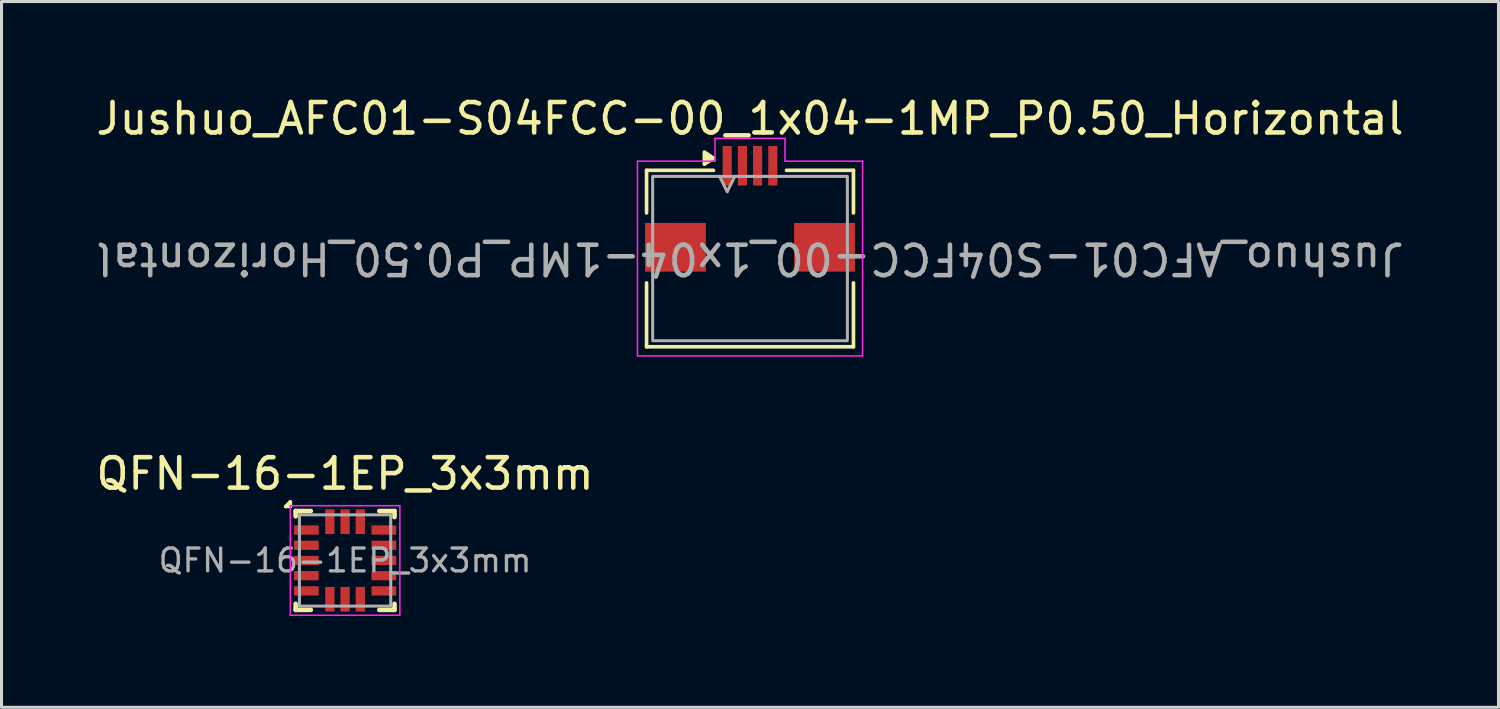
<source format=kicad_pcb>
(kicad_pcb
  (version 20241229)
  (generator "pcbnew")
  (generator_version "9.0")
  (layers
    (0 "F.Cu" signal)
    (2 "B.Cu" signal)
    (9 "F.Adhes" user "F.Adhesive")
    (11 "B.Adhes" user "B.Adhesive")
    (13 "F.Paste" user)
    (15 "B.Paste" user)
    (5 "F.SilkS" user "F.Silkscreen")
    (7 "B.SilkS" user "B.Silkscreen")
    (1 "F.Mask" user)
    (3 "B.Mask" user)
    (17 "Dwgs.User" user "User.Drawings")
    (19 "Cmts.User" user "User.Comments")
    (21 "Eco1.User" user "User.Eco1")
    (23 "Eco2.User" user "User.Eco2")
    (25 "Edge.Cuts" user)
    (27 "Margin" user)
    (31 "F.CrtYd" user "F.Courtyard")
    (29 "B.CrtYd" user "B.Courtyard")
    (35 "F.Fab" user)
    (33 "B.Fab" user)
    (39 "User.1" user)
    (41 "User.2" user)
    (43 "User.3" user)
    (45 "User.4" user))
  (footprint "Jushuo_AFC01-S04FCC-00_1x04-1MP_P0.50_Horizontal"
    (layer "F.Cu")
    (at 21.601 5.448)
    (property "Reference" "Jushuo_AFC01-S04FCC-00_1x04-1MP_P0.50_Horizontal" (at 0 -4.6 0) (unlocked yes) (layer "F.SilkS") (effects (font (size 1 1) (thickness 0.15))))
    (attr smd)
    (fp_line (start -3.4 -2.9) (end -1.2 -2.9) (stroke (width 0.12) (type default)) (layer "F.SilkS"))
    (fp_line (start -3.4 -1.5) (end -3.4 -2.9) (stroke (width 0.12) (type default)) (layer "F.SilkS"))
    (fp_line (start -3.4 2.9) (end -3.4 0.8) (stroke (width 0.12) (type default)) (layer "F.SilkS"))
    (fp_line (start 1.2 -2.9) (end 3.4 -2.9) (stroke (width 0.12) (type default)) (layer "F.SilkS"))
    (fp_line (start 3.4 -2.9) (end 3.4 -1.5) (stroke (width 0.12) (type default)) (layer "F.SilkS"))
    (fp_line (start 3.4 0.8) (end 3.4 2.9) (stroke (width 0.12) (type default)) (layer "F.SilkS"))
    (fp_line (start 3.4 2.9) (end -3.4 2.9) (stroke (width 0.12) (type default)) (layer "F.SilkS"))
    (fp_poly (pts (xy -1.2 -3.3) (xy -1.5 -3.5) (xy -1.5 -3.1)) (stroke (width 0.12) (type solid)) (fill yes) (layer "F.SilkS"))
    (fp_line (start -3.7 -3.2) (end -1.15 -3.2) (stroke (width 0.05) (type default)) (layer "F.CrtYd"))
    (fp_line (start -3.7 3.2) (end -3.7 -3.2) (stroke (width 0.05) (type default)) (layer "F.CrtYd"))
    (fp_line (start -1.15 -3.95) (end 1.15 -3.95) (stroke (width 0.05) (type default)) (layer "F.CrtYd"))
    (fp_line (start -1.15 -3.2) (end -1.15 -3.95) (stroke (width 0.05) (type default)) (layer "F.CrtYd"))
    (fp_line (start 1.15 -3.95) (end 1.15 -3.2) (stroke (width 0.05) (type default)) (layer "F.CrtYd"))
    (fp_line (start 1.15 -3.2) (end 3.7 -3.2) (stroke (width 0.05) (type default)) (layer "F.CrtYd"))
    (fp_line (start 3.7 -3.2) (end 3.7 3.2) (stroke (width 0.05) (type default)) (layer "F.CrtYd"))
    (fp_line (start 3.7 3.2) (end -3.7 3.2) (stroke (width 0.05) (type default)) (layer "F.CrtYd"))
    (fp_line (start -1 -2.7) (end -0.75 -2.2) (stroke (width 0.1) (type solid)) (layer "F.Fab"))
    (fp_line (start -0.75 -2.2) (end -0.5 -2.7) (stroke (width 0.1) (type solid)) (layer "F.Fab"))
    (fp_rect (start -3.2 -2.7) (end 3.2 2.7) (stroke (width 0.1) (type default)) (fill no) (layer "F.Fab"))
    (fp_text user "${REFERENCE}" (at 0 0 180) (unlocked yes) (layer "F.Fab") (effects (font (size 1 1) (thickness 0.15))))
    (pad "1" smd rect (at -0.75 -3.05 180) (size 0.3 1.3) (layers "F.Cu" "F.Mask" "F.Paste"))
    (pad "2" smd rect (at -0.25 -3.05 180) (size 0.3 1.3) (layers "F.Cu" "F.Mask" "F.Paste"))
    (pad "3" smd rect (at 0.25 -3.05 180) (size 0.3 1.3) (layers "F.Cu" "F.Mask" "F.Paste"))
    (pad "4" smd rect (at 0.75 -3.05 180) (size 0.3 1.3) (layers "F.Cu" "F.Mask" "F.Paste"))
    (pad "MP" smd rect (at -2.45 -0.37 180) (size 2 1.6) (layers "F.Cu" "F.Mask" "F.Paste"))
    (pad "MP" smd rect (at 2.45 -0.37 180) (size 2 1.6) (layers "F.Cu" "F.Mask" "F.Paste")))
  (footprint "QFN-16-1EP_3x3mm"
    (layer "F.Cu")
    (at 8.292 15.371)
    (property "Reference" "QFN-16-1EP_3x3mm" (at 0 -2.85 0) (layer "F.SilkS") (effects (font (size 1 1) (thickness 0.15))))
    (attr smd)
    (fp_line (start -1.95 -1.775) (end -1.8 -1.775) (stroke (width 0.12) (type default)) (layer "F.SilkS"))
    (fp_line (start -1.8 -1.925) (end -1.95 -1.775) (stroke (width 0.12) (type default)) (layer "F.SilkS"))
    (fp_line (start -1.8 -1.775) (end -1.8 -1.925) (stroke (width 0.12) (type default)) (layer "F.SilkS"))
    (fp_line (start -1.625 -1.625) (end -1.625 -1.45) (stroke (width 0.15) (type default)) (layer "F.SilkS"))
    (fp_line (start -1.625 -1.625) (end -1.125 -1.625) (stroke (width 0.15) (type solid)) (layer "F.SilkS"))
    (fp_line (start -1.625 1.625) (end -1.625 1.425) (stroke (width 0.15) (type solid)) (layer "F.SilkS"))
    (fp_line (start -1.625 1.625) (end -1.125 1.625) (stroke (width 0.15) (type solid)) (layer "F.SilkS"))
    (fp_line (start 1.625 -1.625) (end 1.125 -1.625) (stroke (width 0.15) (type solid)) (layer "F.SilkS"))
    (fp_line (start 1.625 -1.625) (end 1.625 -1.425) (stroke (width 0.15) (type solid)) (layer "F.SilkS"))
    (fp_line (start 1.625 1.625) (end 1.125 1.625) (stroke (width 0.15) (type solid)) (layer "F.SilkS"))
    (fp_line (start 1.625 1.625) (end 1.625 1.425) (stroke (width 0.15) (type solid)) (layer "F.SilkS"))
    (fp_line (start -1.8 -1.8) (end -1.8 1.8) (stroke (width 0.05) (type default)) (layer "F.CrtYd"))
    (fp_line (start -1.8 1.8) (end 1.8 1.8) (stroke (width 0.05) (type default)) (layer "F.CrtYd"))
    (fp_line (start 1.8 -1.8) (end -1.8 -1.8) (stroke (width 0.05) (type default)) (layer "F.CrtYd"))
    (fp_line (start 1.8 1.8) (end 1.8 -1.8) (stroke (width 0.05) (type default)) (layer "F.CrtYd"))
    (fp_line (start -1.5 -1.5) (end 1.5 -1.5) (stroke (width 0.1) (type default)) (layer "F.Fab"))
    (fp_line (start -1.5 1.5) (end -1.5 -1.5) (stroke (width 0.1) (type default)) (layer "F.Fab"))
    (fp_line (start 1.5 -1.5) (end 1.5 1.5) (stroke (width 0.1) (type default)) (layer "F.Fab"))
    (fp_line (start 1.5 1.5) (end -1.5 1.5) (stroke (width 0.1) (type default)) (layer "F.Fab"))
    (fp_text user "${REFERENCE}" (at 0 0 0) (layer "F.Fab") (effects (font (size 0.75 0.75) (thickness 0.11))))
    (pad "1" smd rect (at -1.275 -1) (size 0.812 0.305) (layers "F.Cu" "F.Mask" "F.Paste"))
    (pad "2" smd rect (at -1.275 -0.5) (size 0.813 0.305) (layers "F.Cu" "F.Mask" "F.Paste"))
    (pad "3" smd rect (at -1.275 0) (size 0.813 0.305) (layers "F.Cu" "F.Mask" "F.Paste"))
    (pad "4" smd rect (at -1.275 0.5) (size 0.813 0.305) (layers "F.Cu" "F.Mask" "F.Paste"))
    (pad "5" smd rect (at -1.275 1) (size 0.813 0.305) (layers "F.Cu" "F.Mask" "F.Paste"))
    (pad "6" smd rect (at -0.5 1.275 90) (size 0.813 0.305) (layers "F.Cu" "F.Mask" "F.Paste"))
    (pad "7" smd rect (at 0 1.275 90) (size 0.813 0.305) (layers "F.Cu" "F.Mask" "F.Paste"))
    (pad "8" smd rect (at 0.5 1.275 90) (size 0.813 0.305) (layers "F.Cu" "F.Mask" "F.Paste"))
    (pad "9" smd rect (at 1.275 1) (size 0.813 0.305) (layers "F.Cu" "F.Mask" "F.Paste"))
    (pad "10" smd rect (at 1.275 0.5) (size 0.813 0.305) (layers "F.Cu" "F.Mask" "F.Paste"))
    (pad "11" smd rect (at 1.275 0) (size 0.813 0.305) (layers "F.Cu" "F.Mask" "F.Paste"))
    (pad "12" smd rect (at 1.275 -0.5) (size 0.813 0.305) (layers "F.Cu" "F.Mask" "F.Paste"))
    (pad "13" smd rect (at 1.275 -1) (size 0.813 0.305) (layers "F.Cu" "F.Mask" "F.Paste"))
    (pad "14" smd rect (at 0.5 -1.275 90) (size 0.813 0.305) (layers "F.Cu" "F.Mask" "F.Paste"))
    (pad "15" smd rect (at 0 -1.275 90) (size 0.813 0.305) (layers "F.Cu" "F.Mask" "F.Paste"))
    (pad "16" smd rect (at -0.5 -1.275 90) (size 0.813 0.305) (layers "F.Cu" "F.Mask" "F.Paste")))
  (gr_rect
    (start -3 -3)
    (end 46.202 20.197)
    (stroke (width 0.1) (type default))
    (fill no)
    (layer "Edge.Cuts")))
</source>
